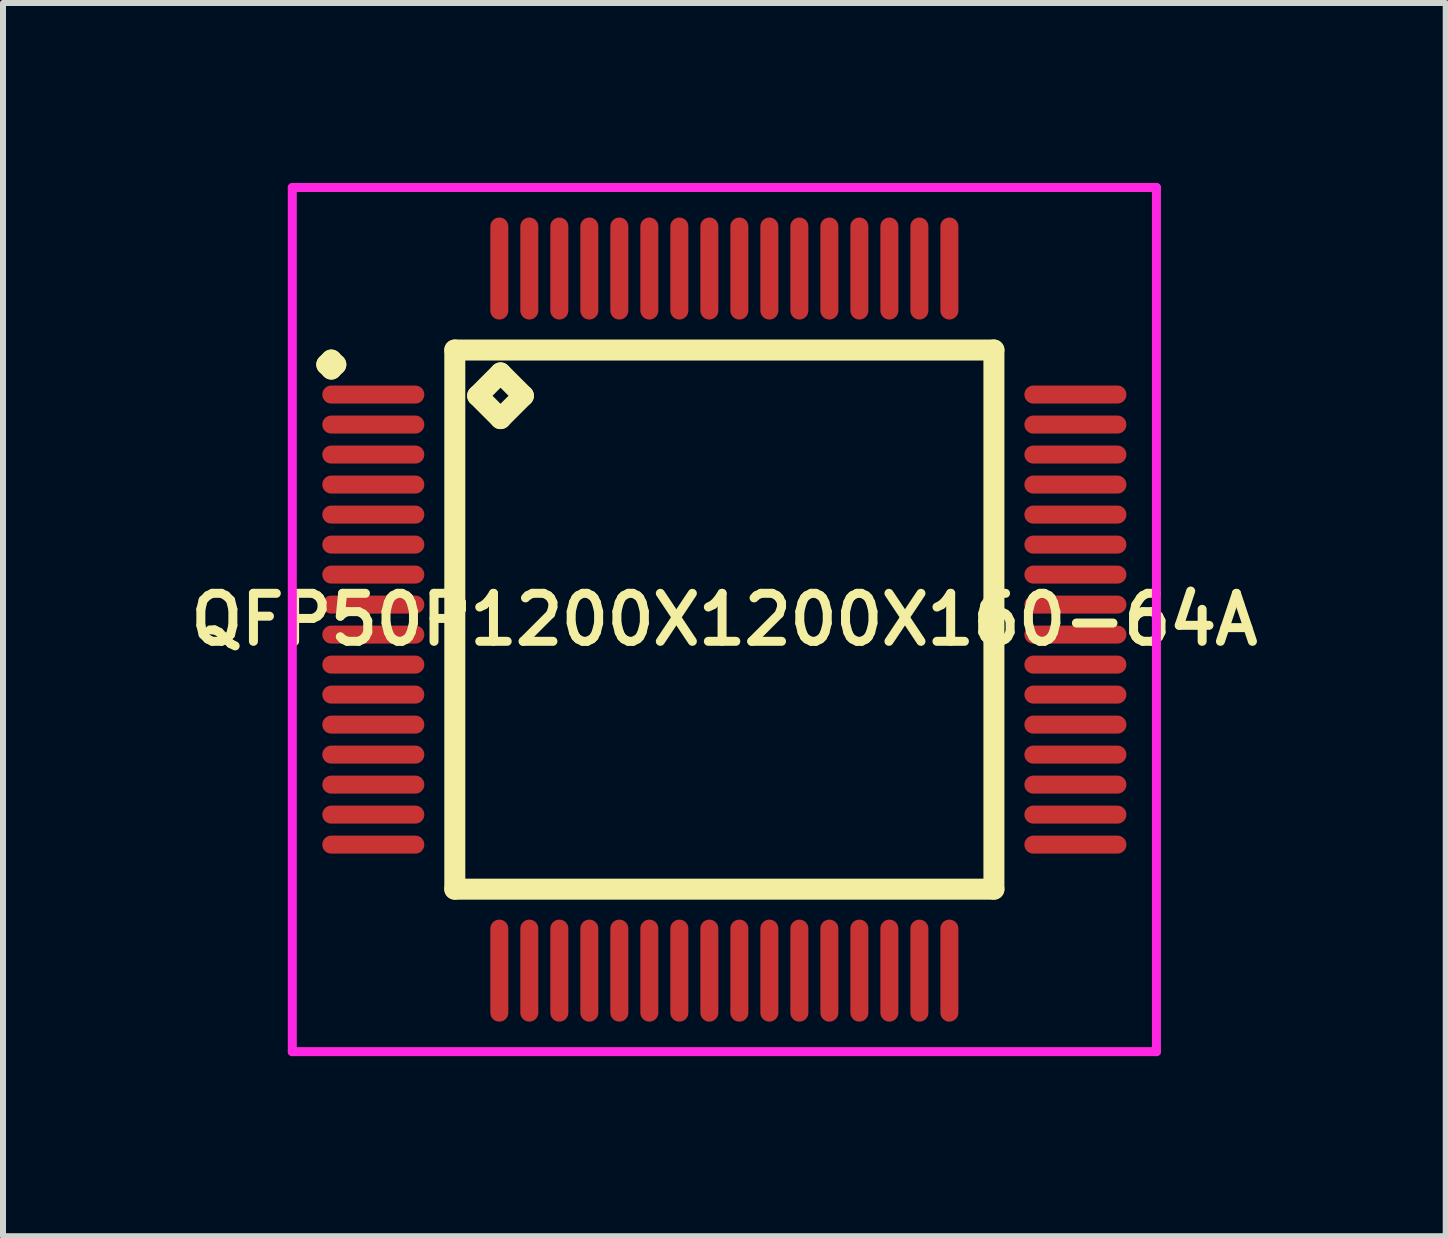
<source format=kicad_pcb>
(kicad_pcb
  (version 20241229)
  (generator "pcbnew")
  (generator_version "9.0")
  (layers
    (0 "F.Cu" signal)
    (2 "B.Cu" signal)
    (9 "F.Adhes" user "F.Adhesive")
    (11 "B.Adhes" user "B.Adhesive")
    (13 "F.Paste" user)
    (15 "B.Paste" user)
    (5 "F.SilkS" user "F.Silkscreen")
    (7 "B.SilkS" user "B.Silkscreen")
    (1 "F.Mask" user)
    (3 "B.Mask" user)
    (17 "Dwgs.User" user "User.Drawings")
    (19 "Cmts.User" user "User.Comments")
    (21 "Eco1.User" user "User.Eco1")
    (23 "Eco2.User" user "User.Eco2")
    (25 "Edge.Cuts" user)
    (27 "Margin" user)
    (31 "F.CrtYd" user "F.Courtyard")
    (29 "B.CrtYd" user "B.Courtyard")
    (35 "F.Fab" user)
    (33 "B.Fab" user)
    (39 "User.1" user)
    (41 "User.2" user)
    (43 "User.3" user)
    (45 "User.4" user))
  (footprint "QFP50P1200X1200X160-64A"
    (layer "F.Cu")
    (at 9.021 7.275)
    (property "Reference" "QFP50P1200X1200X160-64A" (at 0 0 0) (layer "F.SilkS") (effects (font (size 0.8 0.8) (thickness 0.15))))
    (attr smd)
    (fp_line (start -6.625 -4.25) (end -6.55 -4.325) (stroke (width 0.35) (type solid)) (layer "F.SilkS"))
    (fp_line (start -6.55 -4.325) (end -6.475 -4.25) (stroke (width 0.35) (type solid)) (layer "F.SilkS"))
    (fp_line (start -6.55 -4.175) (end -6.625 -4.25) (stroke (width 0.35) (type solid)) (layer "F.SilkS"))
    (fp_line (start -6.475 -4.25) (end -6.55 -4.175) (stroke (width 0.35) (type solid)) (layer "F.SilkS"))
    (fp_line (start -4.492 -4.492) (end -4.492 4.492) (stroke (width 0.35) (type solid)) (layer "F.SilkS"))
    (fp_line (start -4.492 4.492) (end 4.492 4.492) (stroke (width 0.35) (type solid)) (layer "F.SilkS"))
    (fp_line (start -4.111 -3.73) (end -3.73 -4.111) (stroke (width 0.35) (type solid)) (layer "F.SilkS"))
    (fp_line (start -3.73 -4.111) (end -3.349 -3.73) (stroke (width 0.35) (type solid)) (layer "F.SilkS"))
    (fp_line (start -3.73 -3.349) (end -4.111 -3.73) (stroke (width 0.35) (type solid)) (layer "F.SilkS"))
    (fp_line (start -3.349 -3.73) (end -3.73 -3.349) (stroke (width 0.35) (type solid)) (layer "F.SilkS"))
    (fp_line (start 4.492 -4.492) (end -4.492 -4.492) (stroke (width 0.35) (type solid)) (layer "F.SilkS"))
    (fp_line (start 4.492 4.492) (end 4.492 -4.492) (stroke (width 0.35) (type solid)) (layer "F.SilkS"))
    (fp_line (start -7.2 -7.2) (end 7.2 -7.2) (stroke (width 0.15) (type solid)) (layer "F.CrtYd"))
    (fp_line (start -7.2 7.2) (end -7.2 -7.2) (stroke (width 0.15) (type solid)) (layer "F.CrtYd"))
    (fp_line (start 7.2 -7.2) (end 7.2 7.2) (stroke (width 0.15) (type solid)) (layer "F.CrtYd"))
    (fp_line (start 7.2 7.2) (end -7.2 7.2) (stroke (width 0.15) (type solid)) (layer "F.CrtYd"))
    (pad "1" smd oval (at -5.85 -3.75) (size 1.7 0.3) (layers "F.Cu" "F.Mask" "F.Paste"))
    (pad "2" smd oval (at -5.85 -3.25) (size 1.7 0.3) (layers "F.Cu" "F.Mask" "F.Paste"))
    (pad "3" smd oval (at -5.85 -2.75) (size 1.7 0.3) (layers "F.Cu" "F.Mask" "F.Paste"))
    (pad "4" smd oval (at -5.85 -2.25) (size 1.7 0.3) (layers "F.Cu" "F.Mask" "F.Paste"))
    (pad "5" smd oval (at -5.85 -1.75) (size 1.7 0.3) (layers "F.Cu" "F.Mask" "F.Paste"))
    (pad "6" smd oval (at -5.85 -1.25) (size 1.7 0.3) (layers "F.Cu" "F.Mask" "F.Paste"))
    (pad "7" smd oval (at -5.85 -0.75) (size 1.7 0.3) (layers "F.Cu" "F.Mask" "F.Paste"))
    (pad "8" smd oval (at -5.85 -0.25) (size 1.7 0.3) (layers "F.Cu" "F.Mask" "F.Paste"))
    (pad "9" smd oval (at -5.85 0.25) (size 1.7 0.3) (layers "F.Cu" "F.Mask" "F.Paste"))
    (pad "10" smd oval (at -5.85 0.75) (size 1.7 0.3) (layers "F.Cu" "F.Mask" "F.Paste"))
    (pad "11" smd oval (at -5.85 1.25) (size 1.7 0.3) (layers "F.Cu" "F.Mask" "F.Paste"))
    (pad "12" smd oval (at -5.85 1.75) (size 1.7 0.3) (layers "F.Cu" "F.Mask" "F.Paste"))
    (pad "13" smd oval (at -5.85 2.25) (size 1.7 0.3) (layers "F.Cu" "F.Mask" "F.Paste"))
    (pad "14" smd oval (at -5.85 2.75) (size 1.7 0.3) (layers "F.Cu" "F.Mask" "F.Paste"))
    (pad "15" smd oval (at -5.85 3.25) (size 1.7 0.3) (layers "F.Cu" "F.Mask" "F.Paste"))
    (pad "16" smd oval (at -5.85 3.75) (size 1.7 0.3) (layers "F.Cu" "F.Mask" "F.Paste"))
    (pad "17" smd oval (at -3.75 5.85) (size 0.3 1.7) (layers "F.Cu" "F.Mask" "F.Paste"))
    (pad "18" smd oval (at -3.25 5.85) (size 0.3 1.7) (layers "F.Cu" "F.Mask" "F.Paste"))
    (pad "19" smd oval (at -2.75 5.85) (size 0.3 1.7) (layers "F.Cu" "F.Mask" "F.Paste"))
    (pad "20" smd oval (at -2.25 5.85) (size 0.3 1.7) (layers "F.Cu" "F.Mask" "F.Paste"))
    (pad "21" smd oval (at -1.75 5.85) (size 0.3 1.7) (layers "F.Cu" "F.Mask" "F.Paste"))
    (pad "22" smd oval (at -1.25 5.85) (size 0.3 1.7) (layers "F.Cu" "F.Mask" "F.Paste"))
    (pad "23" smd oval (at -0.75 5.85) (size 0.3 1.7) (layers "F.Cu" "F.Mask" "F.Paste"))
    (pad "24" smd oval (at -0.25 5.85) (size 0.3 1.7) (layers "F.Cu" "F.Mask" "F.Paste"))
    (pad "25" smd oval (at 0.25 5.85) (size 0.3 1.7) (layers "F.Cu" "F.Mask" "F.Paste"))
    (pad "26" smd oval (at 0.75 5.85) (size 0.3 1.7) (layers "F.Cu" "F.Mask" "F.Paste"))
    (pad "27" smd oval (at 1.25 5.85) (size 0.3 1.7) (layers "F.Cu" "F.Mask" "F.Paste"))
    (pad "28" smd oval (at 1.75 5.85) (size 0.3 1.7) (layers "F.Cu" "F.Mask" "F.Paste"))
    (pad "29" smd oval (at 2.25 5.85) (size 0.3 1.7) (layers "F.Cu" "F.Mask" "F.Paste"))
    (pad "30" smd oval (at 2.75 5.85) (size 0.3 1.7) (layers "F.Cu" "F.Mask" "F.Paste"))
    (pad "31" smd oval (at 3.25 5.85) (size 0.3 1.7) (layers "F.Cu" "F.Mask" "F.Paste"))
    (pad "32" smd oval (at 3.75 5.85) (size 0.3 1.7) (layers "F.Cu" "F.Mask" "F.Paste"))
    (pad "33" smd oval (at 5.85 3.75) (size 1.7 0.3) (layers "F.Cu" "F.Mask" "F.Paste"))
    (pad "34" smd oval (at 5.85 3.25) (size 1.7 0.3) (layers "F.Cu" "F.Mask" "F.Paste"))
    (pad "35" smd oval (at 5.85 2.75) (size 1.7 0.3) (layers "F.Cu" "F.Mask" "F.Paste"))
    (pad "36" smd oval (at 5.85 2.25) (size 1.7 0.3) (layers "F.Cu" "F.Mask" "F.Paste"))
    (pad "37" smd oval (at 5.85 1.75) (size 1.7 0.3) (layers "F.Cu" "F.Mask" "F.Paste"))
    (pad "38" smd oval (at 5.85 1.25) (size 1.7 0.3) (layers "F.Cu" "F.Mask" "F.Paste"))
    (pad "39" smd oval (at 5.85 0.75) (size 1.7 0.3) (layers "F.Cu" "F.Mask" "F.Paste"))
    (pad "40" smd oval (at 5.85 0.25) (size 1.7 0.3) (layers "F.Cu" "F.Mask" "F.Paste"))
    (pad "41" smd oval (at 5.85 -0.25) (size 1.7 0.3) (layers "F.Cu" "F.Mask" "F.Paste"))
    (pad "42" smd oval (at 5.85 -0.75) (size 1.7 0.3) (layers "F.Cu" "F.Mask" "F.Paste"))
    (pad "43" smd oval (at 5.85 -1.25) (size 1.7 0.3) (layers "F.Cu" "F.Mask" "F.Paste"))
    (pad "44" smd oval (at 5.85 -1.75) (size 1.7 0.3) (layers "F.Cu" "F.Mask" "F.Paste"))
    (pad "45" smd oval (at 5.85 -2.25) (size 1.7 0.3) (layers "F.Cu" "F.Mask" "F.Paste"))
    (pad "46" smd oval (at 5.85 -2.75) (size 1.7 0.3) (layers "F.Cu" "F.Mask" "F.Paste"))
    (pad "47" smd oval (at 5.85 -3.25) (size 1.7 0.3) (layers "F.Cu" "F.Mask" "F.Paste"))
    (pad "48" smd oval (at 5.85 -3.75) (size 1.7 0.3) (layers "F.Cu" "F.Mask" "F.Paste"))
    (pad "49" smd oval (at 3.75 -5.85) (size 0.3 1.7) (layers "F.Cu" "F.Mask" "F.Paste"))
    (pad "50" smd oval (at 3.25 -5.85) (size 0.3 1.7) (layers "F.Cu" "F.Mask" "F.Paste"))
    (pad "51" smd oval (at 2.75 -5.85) (size 0.3 1.7) (layers "F.Cu" "F.Mask" "F.Paste"))
    (pad "52" smd oval (at 2.25 -5.85) (size 0.3 1.7) (layers "F.Cu" "F.Mask" "F.Paste"))
    (pad "53" smd oval (at 1.75 -5.85) (size 0.3 1.7) (layers "F.Cu" "F.Mask" "F.Paste"))
    (pad "54" smd oval (at 1.25 -5.85) (size 0.3 1.7) (layers "F.Cu" "F.Mask" "F.Paste"))
    (pad "55" smd oval (at 0.75 -5.85) (size 0.3 1.7) (layers "F.Cu" "F.Mask" "F.Paste"))
    (pad "56" smd oval (at 0.25 -5.85) (size 0.3 1.7) (layers "F.Cu" "F.Mask" "F.Paste"))
    (pad "57" smd oval (at -0.25 -5.85) (size 0.3 1.7) (layers "F.Cu" "F.Mask" "F.Paste"))
    (pad "58" smd oval (at -0.75 -5.85) (size 0.3 1.7) (layers "F.Cu" "F.Mask" "F.Paste"))
    (pad "59" smd oval (at -1.25 -5.85) (size 0.3 1.7) (layers "F.Cu" "F.Mask" "F.Paste"))
    (pad "60" smd oval (at -1.75 -5.85) (size 0.3 1.7) (layers "F.Cu" "F.Mask" "F.Paste"))
    (pad "61" smd oval (at -2.25 -5.85) (size 0.3 1.7) (layers "F.Cu" "F.Mask" "F.Paste"))
    (pad "62" smd oval (at -2.75 -5.85) (size 0.3 1.7) (layers "F.Cu" "F.Mask" "F.Paste"))
    (pad "63" smd oval (at -3.25 -5.85) (size 0.3 1.7) (layers "F.Cu" "F.Mask" "F.Paste"))
    (pad "64" smd oval (at -3.75 -5.85) (size 0.3 1.7) (layers "F.Cu" "F.Mask" "F.Paste")))
  (gr_rect
    (start -3 -3)
    (end 21.042 17.55)
    (stroke (width 0.1) (type default))
    (fill no)
    (layer "Edge.Cuts")))
</source>
